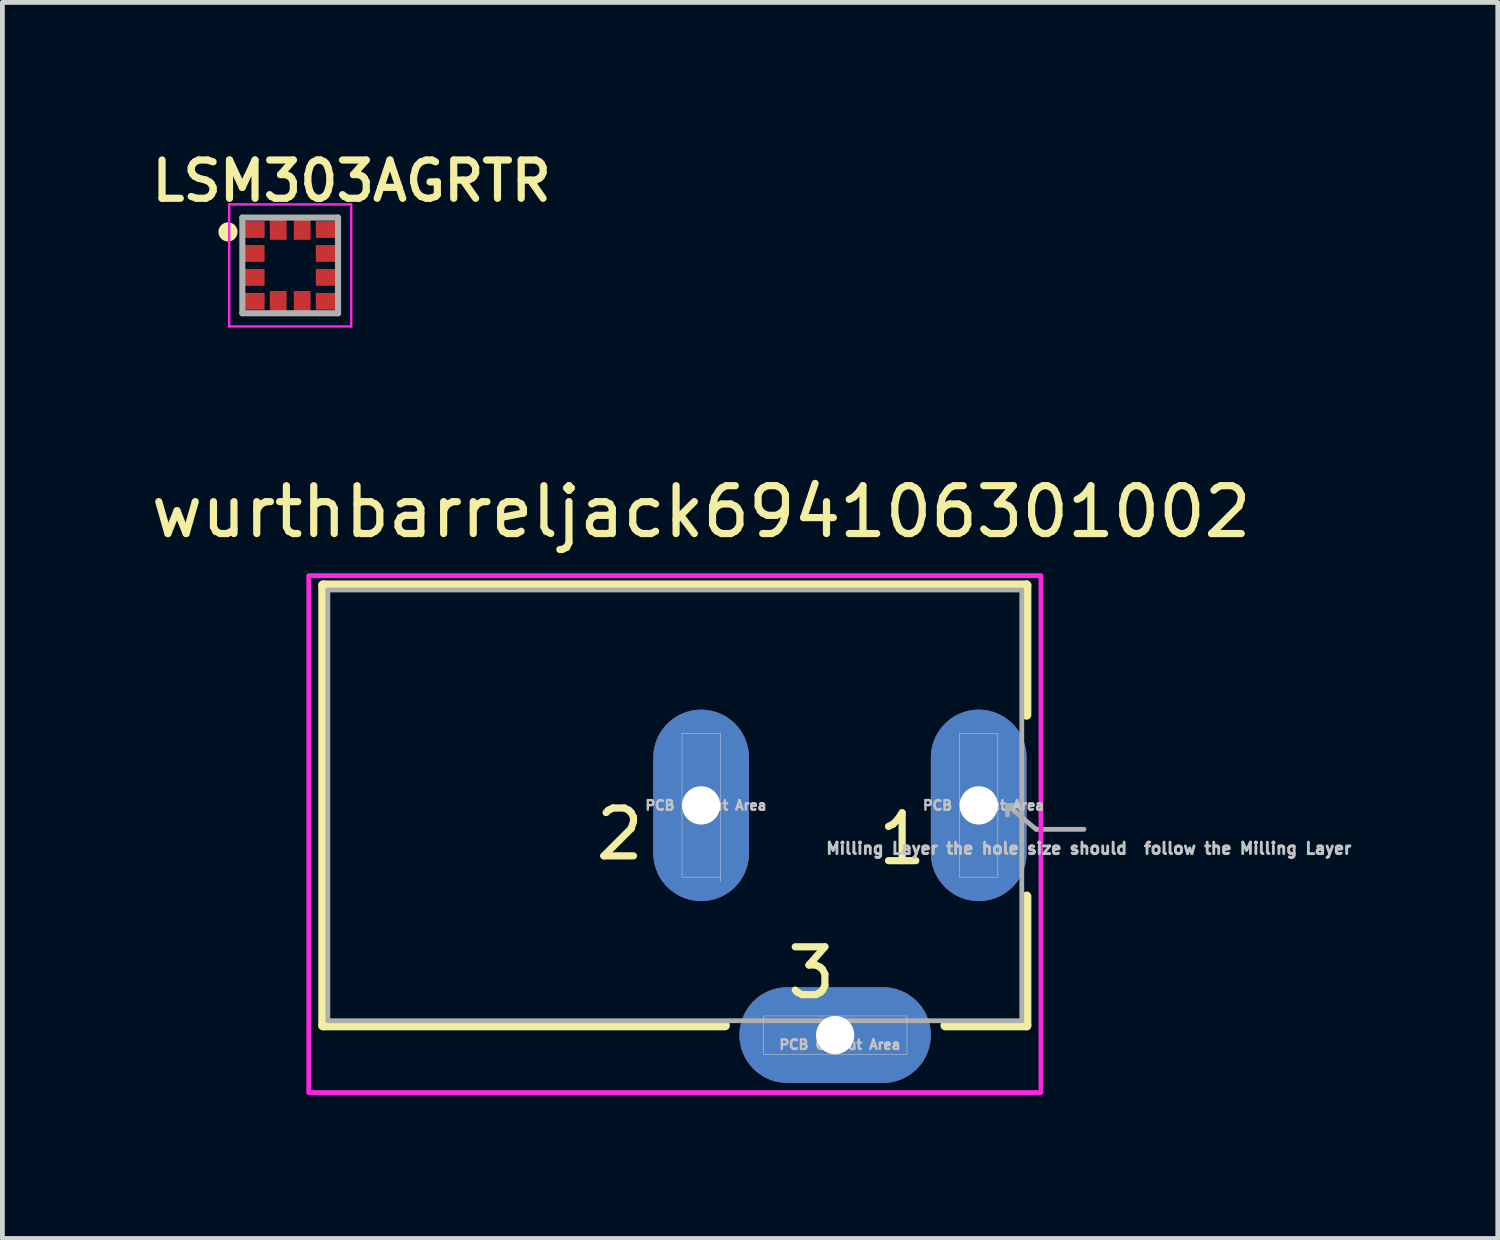
<source format=kicad_pcb>
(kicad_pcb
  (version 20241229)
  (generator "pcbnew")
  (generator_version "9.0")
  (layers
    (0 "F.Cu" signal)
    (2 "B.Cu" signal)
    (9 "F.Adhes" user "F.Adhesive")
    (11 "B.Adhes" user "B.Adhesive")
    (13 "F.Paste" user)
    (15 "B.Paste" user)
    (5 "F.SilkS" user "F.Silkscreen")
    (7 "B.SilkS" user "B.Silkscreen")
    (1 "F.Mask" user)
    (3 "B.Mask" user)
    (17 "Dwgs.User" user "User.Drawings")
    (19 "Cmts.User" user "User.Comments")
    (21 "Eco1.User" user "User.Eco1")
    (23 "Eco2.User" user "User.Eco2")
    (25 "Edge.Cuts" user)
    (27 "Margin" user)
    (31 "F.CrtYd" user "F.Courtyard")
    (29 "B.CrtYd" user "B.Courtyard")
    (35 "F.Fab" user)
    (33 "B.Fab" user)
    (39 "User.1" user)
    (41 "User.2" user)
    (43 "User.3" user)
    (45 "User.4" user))
  (footprint "wurthbarreljack694106301002"
    (layer "F.Cu")
    (at 11.601 13.779)
    (property "Reference" "wurthbarreljack694106301002" (at 0 -6.135 0) (layer "F.SilkS") (effects (font (size 1 1) (thickness 0.15))))
    (attr through_hole)
    (fp_line (start -7.9 -4.6) (end -7.9 4.6) (stroke (width 0.2) (type solid)) (layer "F.SilkS"))
    (fp_line (start 0.5 4.6) (end -7.9 4.6) (stroke (width 0.2) (type solid)) (layer "F.SilkS"))
    (fp_line (start 6.8 -4.6) (end -7.9 -4.6) (stroke (width 0.2) (type solid)) (layer "F.SilkS"))
    (fp_line (start 6.8 -4.6) (end 6.8 -1.89) (stroke (width 0.2) (type solid)) (layer "F.SilkS"))
    (fp_line (start 6.8 1.9) (end 6.8 4.6) (stroke (width 0.2) (type solid)) (layer "F.SilkS"))
    (fp_line (start 6.8 4.6) (end 5.1 4.6) (stroke (width 0.2) (type solid)) (layer "F.SilkS"))
    (fp_line (start -0.4 -1.5) (end 0.4 -1.5) (stroke (width 0.01) (type solid)) (layer "Edge.Cuts"))
    (fp_line (start -0.4 1.5) (end -0.4 -1.5) (stroke (width 0.01) (type solid)) (layer "Edge.Cuts"))
    (fp_line (start 0.4 -1.5) (end 0.4 1.5) (stroke (width 0.01) (type solid)) (layer "Edge.Cuts"))
    (fp_line (start 0.4 1.5) (end -0.4 1.5) (stroke (width 0.01) (type solid)) (layer "Edge.Cuts"))
    (fp_line (start 0.4 1.5) (end 0.4 1.6) (stroke (width 0.01) (type solid)) (layer "Edge.Cuts"))
    (fp_line (start 1.3 4.4) (end 4.3 4.4) (stroke (width 0.01) (type solid)) (layer "Edge.Cuts"))
    (fp_line (start 1.3 5.2) (end 1.3 4.4) (stroke (width 0.01) (type solid)) (layer "Edge.Cuts"))
    (fp_line (start 4.3 4.4) (end 4.3 5.2) (stroke (width 0.01) (type solid)) (layer "Edge.Cuts"))
    (fp_line (start 4.3 5.2) (end 1.3 5.2) (stroke (width 0.01) (type solid)) (layer "Edge.Cuts"))
    (fp_line (start 5.4 -1.5) (end 6.2 -1.5) (stroke (width 0.01) (type solid)) (layer "Edge.Cuts"))
    (fp_line (start 5.4 1.5) (end 5.4 -1.5) (stroke (width 0.01) (type solid)) (layer "Edge.Cuts"))
    (fp_line (start 6.2 -1.5) (end 6.2 1.5) (stroke (width 0.01) (type solid)) (layer "Edge.Cuts"))
    (fp_line (start 6.2 1.5) (end 5.4 1.5) (stroke (width 0.01) (type solid)) (layer "Edge.Cuts"))
    (fp_poly (pts (xy 7.1 6) (xy -8.2 6) (xy -8.2 -4.8) (xy 7.1 -4.8)) (stroke (width 0.1) (type solid)) (fill no) (layer "F.CrtYd"))
    (fp_line (start -7.8 -4.5) (end 6.7 -4.5) (stroke (width 0.1) (type solid)) (layer "F.Fab"))
    (fp_line (start -7.8 4.5) (end -7.8 -4.5) (stroke (width 0.1) (type solid)) (layer "F.Fab"))
    (fp_line (start 6.4 0) (end 6.4 0.2) (stroke (width 0.1) (type solid)) (layer "F.Fab"))
    (fp_line (start 6.4 0) (end 6.6 0) (stroke (width 0.1) (type solid)) (layer "F.Fab"))
    (fp_line (start 6.7 -4.5) (end 6.7 4.5) (stroke (width 0.1) (type solid)) (layer "F.Fab"))
    (fp_line (start 6.7 4.5) (end -7.8 4.5) (stroke (width 0.1) (type solid)) (layer "F.Fab"))
    (fp_line (start 7 0.5) (end 6.4 0) (stroke (width 0.1) (type solid)) (layer "F.Fab"))
    (fp_line (start 8 0.5) (end 7 0.5) (stroke (width 0.1) (type solid)) (layer "F.Fab"))
    (fp_text user "1" (at 4.2 0.7 0) (layer "F.SilkS") (effects (font (size 1 1) (thickness 0.15))))
    (fp_text user "3" (at 2.3 3.5 0) (layer "F.SilkS") (effects (font (size 1 1) (thickness 0.15))))
    (fp_text user "2" (at -1.7 0.6 0) (layer "F.SilkS") (effects (font (size 1 1) (thickness 0.15))))
    (fp_text user "PCB Cutout Area" (at 0.1 0 0) (layer "Dwgs.User") (effects (font (size 0.2 0.2) (thickness 0.15))))
    (fp_text user "PCB Cutout Area" (at 2.9 5 0) (layer "Dwgs.User") (effects (font (size 0.2 0.2) (thickness 0.15))))
    (fp_text user "PCB Cutout Area" (at 5.9 0 0) (layer "Dwgs.User") (effects (font (size 0.2 0.2) (thickness 0.15))))
    (fp_text user "Milling Layer the hole size should  follow the Milling Layer" (at 8.1 0.9 0) (layer "Dwgs.User") (effects (font (size 0.24 0.24) (thickness 0.15))))
    (fp_text user "PCB Cutout Area" (at 2.9 5 0) (layer "Edge.Cuts") (effects (font (size 0.2 0.2) (thickness 0.15))))
    (fp_text user "PCB Cutout Area" (at 0.1 0 0) (layer "Edge.Cuts") (effects (font (size 0.2 0.2) (thickness 0.15))))
    (fp_text user "PCB Cutout Area" (at 5.9 0 0) (layer "Edge.Cuts") (effects (font (size 0.2 0.2) (thickness 0.15))))
    (pad "1" thru_hole oval (at 5.8 0) (size 2 4) (drill 0.8) (layers "*.Cu" "*.Mask"))
    (pad "2" thru_hole oval (at 0 0) (size 2 4) (drill 0.8) (layers "*.Cu" "*.Mask"))
    (pad "3" thru_hole oval (at 2.8 4.8) (size 4 2) (drill 0.8) (layers "*.Cu" "*.Mask")))
  (footprint "LSM303AGRTR"
    (layer "F.Cu")
    (at 3.014 2.496)
    (property "Reference" "LSM303AGRTR" (at 1.284 -1.765 0) (layer "F.SilkS") (effects (font (size 0.8 0.8) (thickness 0.15))))
    (attr smd)
    (fp_poly (pts (xy -1.026 -0.46) (xy -0.5 -0.46) (xy -0.5 -0.04) (xy -1.026 -0.04)) (stroke (width 0.01) (type solid)) (fill yes) (layer "F.Mask"))
    (fp_poly (pts (xy -1.024 0.04) (xy -0.5 0.04) (xy -0.5 0.462) (xy -1.024 0.462)) (stroke (width 0.01) (type solid)) (fill yes) (layer "F.Mask"))
    (fp_poly (pts (xy -1.024 -0.96) (xy -0.5 -0.96) (xy -0.5 -0.542) (xy -1.024 -0.542)) (stroke (width 0.01) (type solid)) (fill yes) (layer "F.Mask"))
    (fp_poly (pts (xy -1.024 0.54) (xy -0.5 0.54) (xy -0.5 0.963) (xy -1.024 0.963)) (stroke (width 0.01) (type solid)) (fill yes) (layer "F.Mask"))
    (fp_poly (pts (xy -0.462 0.5) (xy -0.04 0.5) (xy -0.04 1.024) (xy -0.462 1.024)) (stroke (width 0.01) (type solid)) (fill yes) (layer "F.Mask"))
    (fp_poly (pts (xy -0.462 -1.02) (xy -0.04 -1.02) (xy -0.04 -0.502) (xy -0.462 -0.502)) (stroke (width 0.01) (type solid)) (fill yes) (layer "F.Mask"))
    (fp_poly (pts (xy 0.04 -1.02) (xy 0.46 -1.02) (xy 0.46 -0.501) (xy 0.04 -0.501)) (stroke (width 0.01) (type solid)) (fill yes) (layer "F.Mask"))
    (fp_poly (pts (xy 0.04 0.5) (xy 0.46 0.5) (xy 0.46 1.026) (xy 0.04 1.026)) (stroke (width 0.01) (type solid)) (fill yes) (layer "F.Mask"))
    (fp_poly (pts (xy 0.506 0.04) (xy 1.025 0.04) (xy 1.025 0.461) (xy 0.506 0.461)) (stroke (width 0.01) (type solid)) (fill yes) (layer "F.Mask"))
    (fp_poly (pts (xy 0.506 -0.46) (xy 1.025 -0.46) (xy 1.025 -0.04) (xy 0.506 -0.04)) (stroke (width 0.01) (type solid)) (fill yes) (layer "F.Mask"))
    (fp_poly (pts (xy 0.508 -0.96) (xy 1.025 -0.96) (xy 1.025 -0.543) (xy 0.508 -0.543)) (stroke (width 0.01) (type solid)) (fill yes) (layer "F.Mask"))
    (fp_poly (pts (xy 0.508 0.54) (xy 1.025 0.54) (xy 1.025 0.966) (xy 0.508 0.966)) (stroke (width 0.01) (type solid)) (fill yes) (layer "F.Mask"))
    (fp_circle (center -1.3 -0.7) (end -1.2 -0.7) (stroke (width 0.2) (type solid)) (fill no) (layer "F.SilkS"))
    (fp_line (start -1.275 -1.275) (end 1.275 -1.275) (stroke (width 0.05) (type solid)) (layer "F.CrtYd"))
    (fp_line (start -1.275 1.275) (end -1.275 -1.275) (stroke (width 0.05) (type solid)) (layer "F.CrtYd"))
    (fp_line (start 1.275 -1.275) (end 1.275 1.275) (stroke (width 0.05) (type solid)) (layer "F.CrtYd"))
    (fp_line (start 1.275 1.275) (end -1.275 1.275) (stroke (width 0.05) (type solid)) (layer "F.CrtYd"))
    (fp_line (start -1 -1) (end 1 -1) (stroke (width 0.127) (type solid)) (layer "F.Fab"))
    (fp_line (start -1 1) (end -1 -1) (stroke (width 0.127) (type solid)) (layer "F.Fab"))
    (fp_line (start 1 1) (end -1 1) (stroke (width 0.127) (type solid)) (layer "F.Fab"))
    (fp_line (start 1 1) (end 1 -1) (stroke (width 0.127) (type solid)) (layer "F.Fab"))
    (pad "1" smd rect (at -0.76 -0.75) (size 0.45 0.35) (layers "F.Cu" "F.Paste"))
    (pad "2" smd rect (at -0.76 -0.25) (size 0.45 0.35) (layers "F.Cu" "F.Paste"))
    (pad "3" smd rect (at -0.76 0.25) (size 0.45 0.35) (layers "F.Cu" "F.Paste"))
    (pad "4" smd rect (at -0.76 0.75) (size 0.45 0.35) (layers "F.Cu" "F.Paste"))
    (pad "5" smd rect (at -0.25 0.76) (size 0.35 0.45) (layers "F.Cu" "F.Paste"))
    (pad "6" smd rect (at 0.25 0.76) (size 0.35 0.45) (layers "F.Cu" "F.Paste"))
    (pad "7" smd rect (at 0.76 0.75) (size 0.45 0.35) (layers "F.Cu" "F.Paste"))
    (pad "8" smd rect (at 0.76 0.25) (size 0.45 0.35) (layers "F.Cu" "F.Paste"))
    (pad "9" smd rect (at 0.76 -0.25) (size 0.45 0.35) (layers "F.Cu" "F.Paste"))
    (pad "10" smd rect (at 0.76 -0.75) (size 0.45 0.35) (layers "F.Cu" "F.Paste"))
    (pad "11" smd rect (at 0.25 -0.76) (size 0.35 0.45) (layers "F.Cu" "F.Paste"))
    (pad "12" smd rect (at -0.25 -0.76) (size 0.35 0.45) (layers "F.Cu" "F.Paste")))
  (gr_rect
    (start -3 -3)
    (end 28.247 22.829)
    (stroke (width 0.1) (type default))
    (fill no)
    (layer "Edge.Cuts")))
</source>
